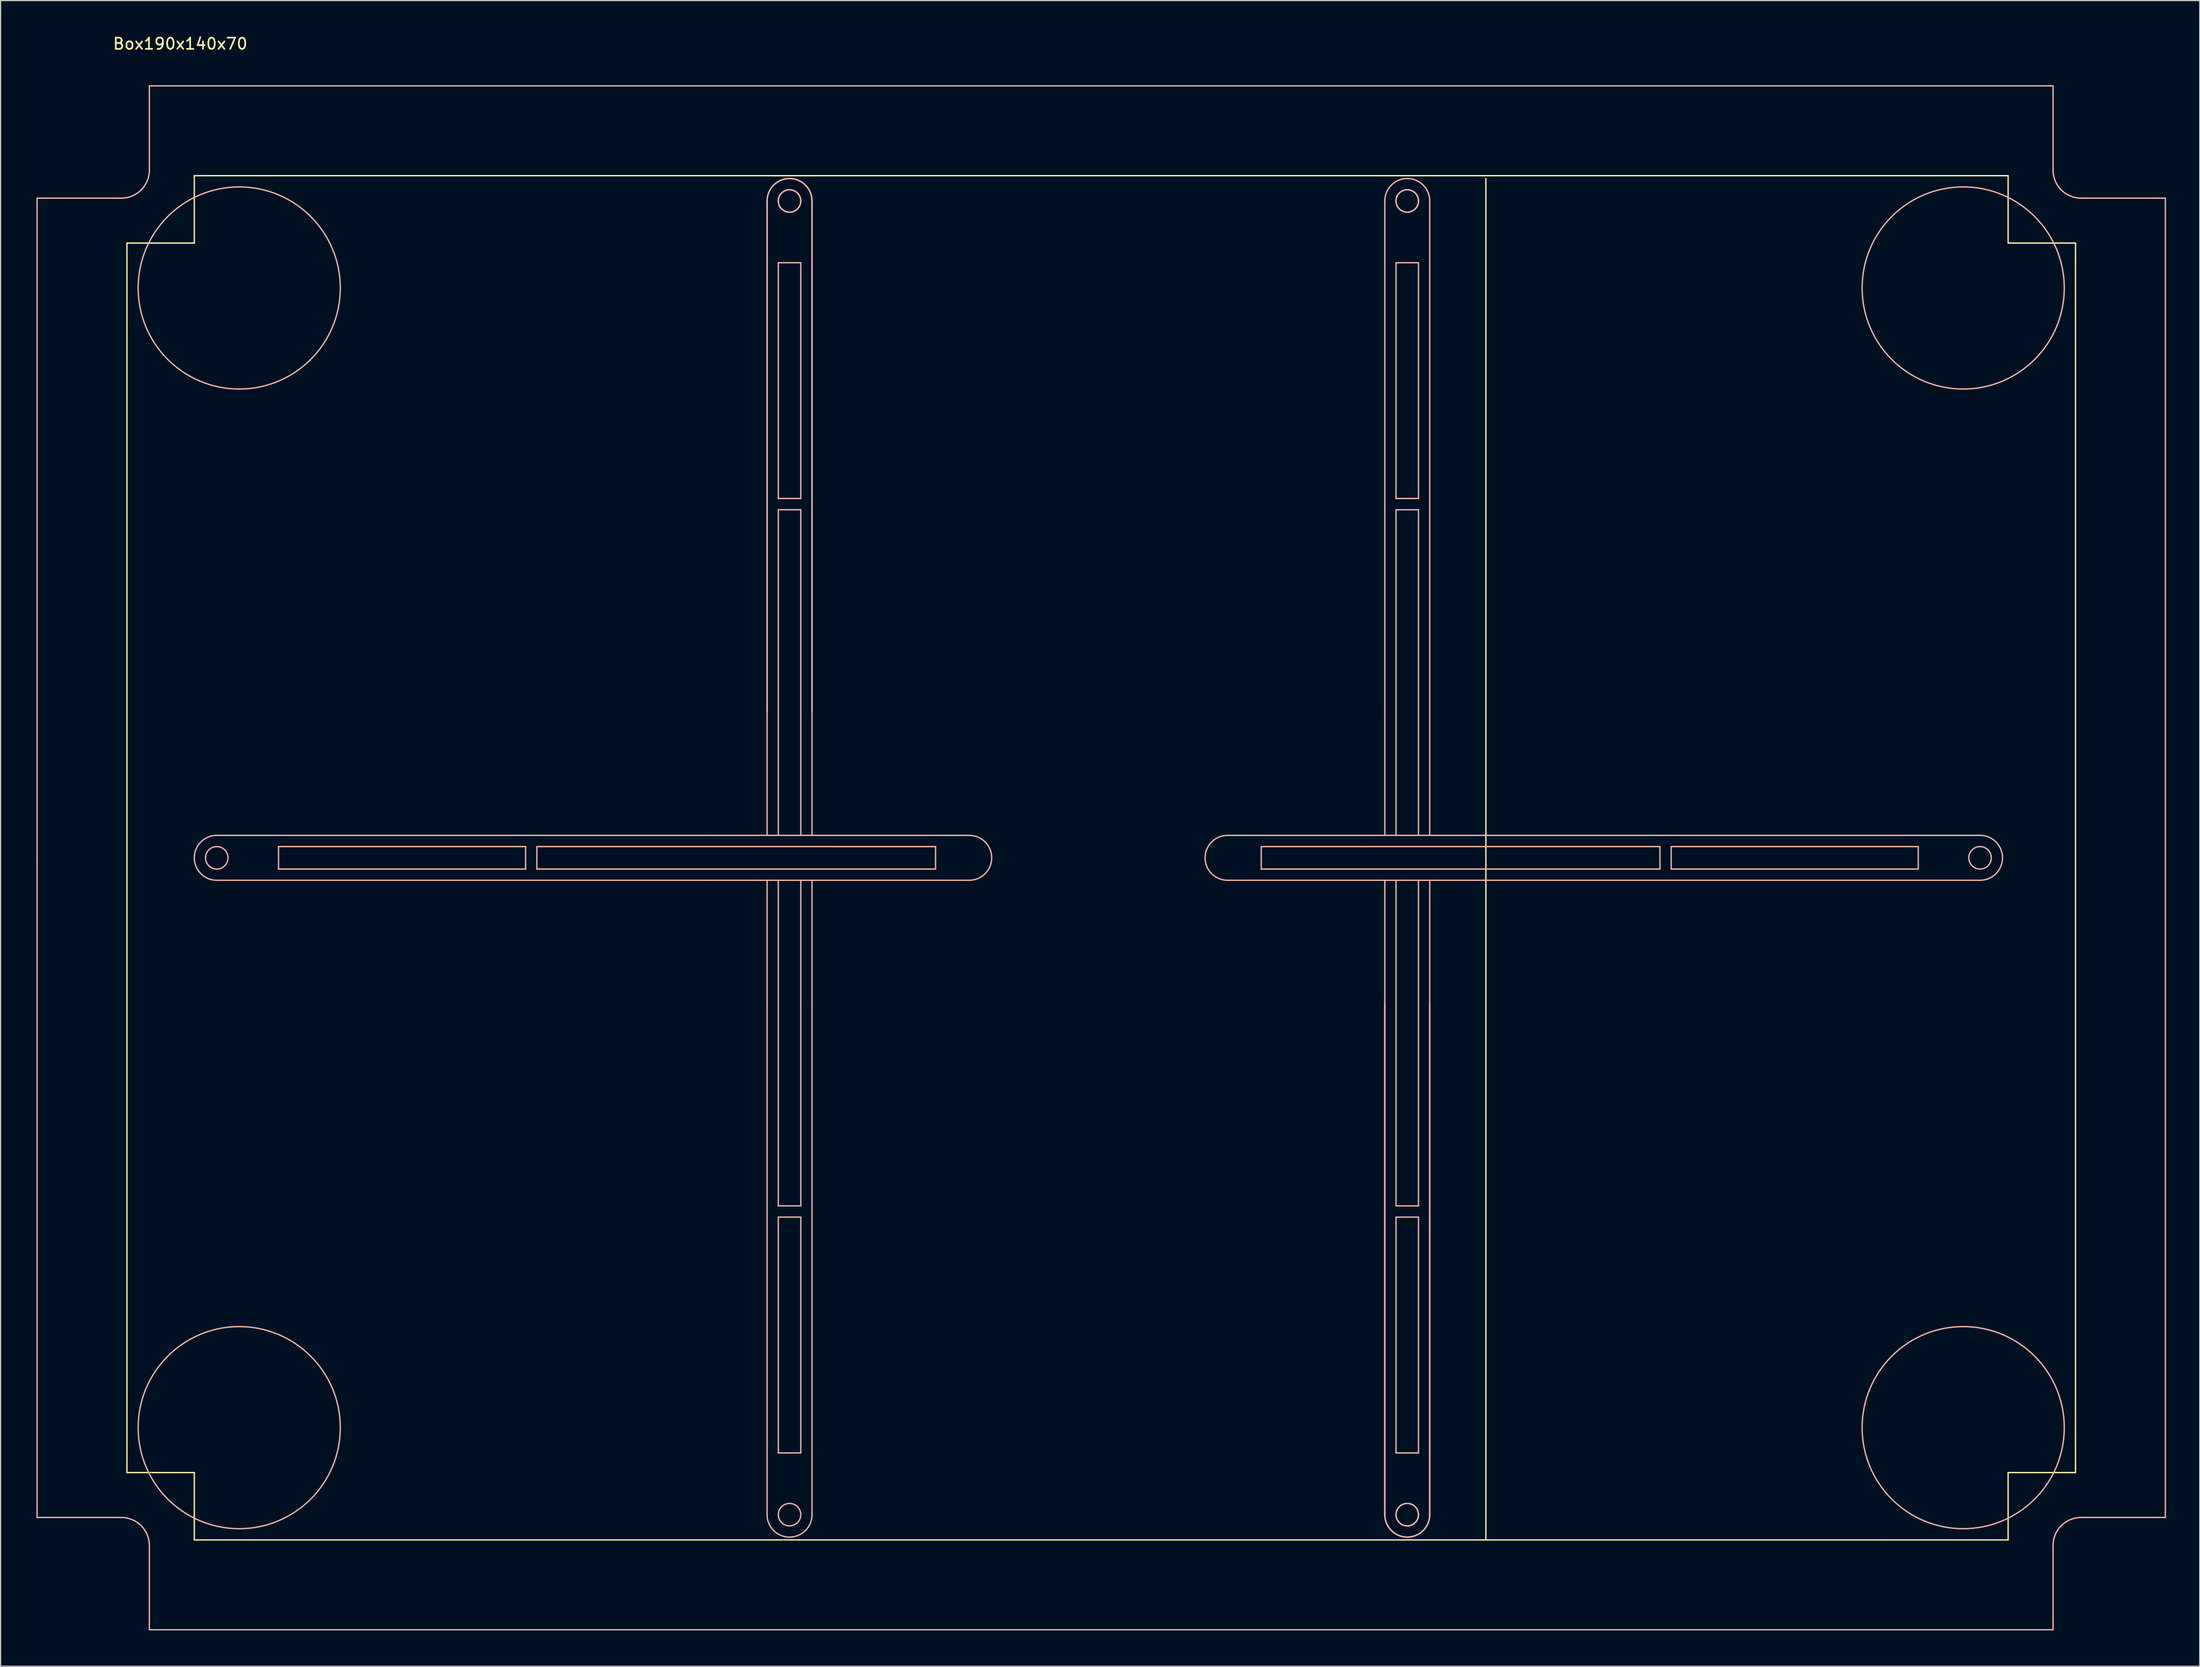
<source format=kicad_pcb>
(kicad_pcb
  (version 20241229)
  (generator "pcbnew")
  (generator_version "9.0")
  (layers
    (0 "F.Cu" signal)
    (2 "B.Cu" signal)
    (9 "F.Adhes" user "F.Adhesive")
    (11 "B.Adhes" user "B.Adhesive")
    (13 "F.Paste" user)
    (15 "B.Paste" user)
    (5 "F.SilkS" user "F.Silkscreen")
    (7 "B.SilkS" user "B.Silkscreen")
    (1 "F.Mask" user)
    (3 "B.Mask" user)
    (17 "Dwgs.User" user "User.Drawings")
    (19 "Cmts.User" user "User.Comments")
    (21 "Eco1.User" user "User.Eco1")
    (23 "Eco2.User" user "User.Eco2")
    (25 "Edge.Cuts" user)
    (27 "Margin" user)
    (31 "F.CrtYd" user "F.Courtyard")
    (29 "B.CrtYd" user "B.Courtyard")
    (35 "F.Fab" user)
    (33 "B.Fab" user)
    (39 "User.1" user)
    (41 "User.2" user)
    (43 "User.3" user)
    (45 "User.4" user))
  (footprint "Box190x140x70"
    (layer "F.Cu")
    (at 0.25 142.098)
    (property "Reference" "Box190x140x70" (at 12.75 -141.25 0) (layer "F.SilkS") (effects (font (size 1 1) (thickness 0.15))))
    (attr through_hole)
    (fp_line (start 8 -123.5) (end 8 -14) (stroke (width 0.12) (type solid)) (layer "F.SilkS"))
    (fp_line (start 8 -14) (end 14 -14) (stroke (width 0.12) (type solid)) (layer "F.SilkS"))
    (fp_line (start 14 -129.5) (end 14 -123.5) (stroke (width 0.12) (type solid)) (layer "F.SilkS"))
    (fp_line (start 14 -123.5) (end 8 -123.5) (stroke (width 0.12) (type solid)) (layer "F.SilkS"))
    (fp_line (start 14 -14) (end 14 -8) (stroke (width 0.12) (type solid)) (layer "F.SilkS"))
    (fp_line (start 14 -8) (end 19.25 -8) (stroke (width 0.12) (type solid)) (layer "F.SilkS"))
    (fp_line (start 19.25 -8) (end 164.25 -8) (stroke (width 0.12) (type solid)) (layer "F.SilkS"))
    (fp_line (start 24.5 -129.5) (end 14 -129.5) (stroke (width 0.12) (type solid)) (layer "F.SilkS"))
    (fp_line (start 129 -129.25) (end 129 -8) (stroke (width 0.12) (type solid)) (layer "F.SilkS"))
    (fp_line (start 164.25 -8) (end 175.5 -8) (stroke (width 0.12) (type solid)) (layer "F.SilkS"))
    (fp_line (start 175.5 -129.5) (end 24.5 -129.5) (stroke (width 0.12) (type solid)) (layer "F.SilkS"))
    (fp_line (start 175.5 -123.5) (end 175.5 -129.5) (stroke (width 0.12) (type solid)) (layer "F.SilkS"))
    (fp_line (start 175.5 -14) (end 181.5 -14) (stroke (width 0.12) (type solid)) (layer "F.SilkS"))
    (fp_line (start 175.5 -8) (end 175.5 -14) (stroke (width 0.12) (type solid)) (layer "F.SilkS"))
    (fp_line (start 181.5 -123.5) (end 175.5 -123.5) (stroke (width 0.12) (type solid)) (layer "F.SilkS"))
    (fp_line (start 181.5 -122) (end 181.5 -123.5) (stroke (width 0.12) (type solid)) (layer "F.SilkS"))
    (fp_line (start 181.5 -14) (end 181.5 -122) (stroke (width 0.12) (type solid)) (layer "F.SilkS"))
    (fp_line (start 0 -127.5) (end 0 -127) (stroke (width 0.12) (type solid)) (layer "B.SilkS"))
    (fp_line (start 0 -68.75) (end 0 -127) (stroke (width 0.12) (type solid)) (layer "B.SilkS"))
    (fp_line (start 0 -68.75) (end 0 -10.5) (stroke (width 0.12) (type solid)) (layer "B.SilkS"))
    (fp_line (start 0 -10) (end 0 -10.5) (stroke (width 0.12) (type solid)) (layer "B.SilkS"))
    (fp_line (start 0.5 -127.5) (end 0 -127.5) (stroke (width 0.12) (type solid)) (layer "B.SilkS"))
    (fp_line (start 0.5 -127.5) (end 7.5 -127.5) (stroke (width 0.12) (type solid)) (layer "B.SilkS"))
    (fp_line (start 0.5 -10) (end 0 -10) (stroke (width 0.12) (type solid)) (layer "B.SilkS"))
    (fp_line (start 0.5 -10) (end 7.5 -10) (stroke (width 0.12) (type solid)) (layer "B.SilkS"))
    (fp_line (start 10 -137) (end 10 -137.5) (stroke (width 0.12) (type solid)) (layer "B.SilkS"))
    (fp_line (start 10 -137) (end 10 -130) (stroke (width 0.12) (type solid)) (layer "B.SilkS"))
    (fp_line (start 10 -0.5) (end 10 -7.5) (stroke (width 0.12) (type solid)) (layer "B.SilkS"))
    (fp_line (start 10 -0.5) (end 10 0) (stroke (width 0.12) (type solid)) (layer "B.SilkS"))
    (fp_line (start 10 0) (end 179.5 0) (stroke (width 0.12) (type solid)) (layer "B.SilkS"))
    (fp_line (start 21.5 -69.75) (end 21.5 -67.75) (stroke (width 0.12) (type solid)) (layer "B.SilkS"))
    (fp_line (start 21.5 -67.75) (end 43.5 -67.75) (stroke (width 0.12) (type solid)) (layer "B.SilkS"))
    (fp_line (start 43.5 -69.75) (end 21.5 -69.75) (stroke (width 0.12) (type solid)) (layer "B.SilkS"))
    (fp_line (start 43.5 -69.75) (end 43.5 -67.75) (stroke (width 0.12) (type solid)) (layer "B.SilkS"))
    (fp_line (start 44.5 -69.75) (end 44.5 -67.75) (stroke (width 0.12) (type solid)) (layer "B.SilkS"))
    (fp_line (start 44.5 -67.75) (end 71 -67.75) (stroke (width 0.12) (type solid)) (layer "B.SilkS"))
    (fp_line (start 59.5 -70.75) (end 16 -70.75) (stroke (width 0.12) (type solid)) (layer "B.SilkS"))
    (fp_line (start 59.5 -70.75) (end 83 -70.75) (stroke (width 0.12) (type solid)) (layer "B.SilkS"))
    (fp_line (start 59.5 -66.75) (end 16 -66.75) (stroke (width 0.12) (type solid)) (layer "B.SilkS"))
    (fp_line (start 65 -127.25) (end 65 -81.75) (stroke (width 0.12) (type solid)) (layer "B.SilkS"))
    (fp_line (start 65 -127.25) (end 65 -81.75) (stroke (width 0.12) (type solid)) (layer "B.SilkS"))
    (fp_line (start 65 -81.75) (end 65 -70.75) (stroke (width 0.12) (type solid)) (layer "B.SilkS"))
    (fp_line (start 65 -55.75) (end 65 -66.75) (stroke (width 0.12) (type solid)) (layer "B.SilkS"))
    (fp_line (start 65 -10.25) (end 65 -55.75) (stroke (width 0.12) (type solid)) (layer "B.SilkS"))
    (fp_line (start 66 -121.75) (end 66 -100.75) (stroke (width 0.12) (type solid)) (layer "B.SilkS"))
    (fp_line (start 66 -121.75) (end 68 -121.75) (stroke (width 0.12) (type solid)) (layer "B.SilkS"))
    (fp_line (start 66 -99.75) (end 68 -99.75) (stroke (width 0.12) (type solid)) (layer "B.SilkS"))
    (fp_line (start 66 -70.75) (end 66 -99.75) (stroke (width 0.12) (type solid)) (layer "B.SilkS"))
    (fp_line (start 66 -37.75) (end 66 -66.75) (stroke (width 0.12) (type solid)) (layer "B.SilkS"))
    (fp_line (start 66 -36.75) (end 68 -36.75) (stroke (width 0.12) (type solid)) (layer "B.SilkS"))
    (fp_line (start 66 -15.75) (end 66 -36.75) (stroke (width 0.12) (type solid)) (layer "B.SilkS"))
    (fp_line (start 68 -121.75) (end 68 -100.75) (stroke (width 0.12) (type solid)) (layer "B.SilkS"))
    (fp_line (start 68 -100.75) (end 66 -100.75) (stroke (width 0.12) (type solid)) (layer "B.SilkS"))
    (fp_line (start 68 -99.75) (end 68 -70.75) (stroke (width 0.12) (type solid)) (layer "B.SilkS"))
    (fp_line (start 68 -66.75) (end 68 -37.75) (stroke (width 0.12) (type solid)) (layer "B.SilkS"))
    (fp_line (start 68 -37.75) (end 66 -37.75) (stroke (width 0.12) (type solid)) (layer "B.SilkS"))
    (fp_line (start 68 -15.75) (end 66 -15.75) (stroke (width 0.12) (type solid)) (layer "B.SilkS"))
    (fp_line (start 68 -15.75) (end 68 -36.75) (stroke (width 0.12) (type solid)) (layer "B.SilkS"))
    (fp_line (start 69 -127.25) (end 69 -81.75) (stroke (width 0.12) (type solid)) (layer "B.SilkS"))
    (fp_line (start 69 -127.25) (end 69 -81.75) (stroke (width 0.12) (type solid)) (layer "B.SilkS"))
    (fp_line (start 69 -81.75) (end 69 -70.75) (stroke (width 0.12) (type solid)) (layer "B.SilkS"))
    (fp_line (start 69 -55.75) (end 69 -66.75) (stroke (width 0.12) (type solid)) (layer "B.SilkS"))
    (fp_line (start 69 -10.25) (end 69 -55.75) (stroke (width 0.12) (type solid)) (layer "B.SilkS"))
    (fp_line (start 80 -69.75) (end 44.5 -69.75) (stroke (width 0.12) (type solid)) (layer "B.SilkS"))
    (fp_line (start 80 -69.75) (end 71 -69.75) (stroke (width 0.12) (type solid)) (layer "B.SilkS"))
    (fp_line (start 80 -68.75) (end 80 -69.75) (stroke (width 0.12) (type solid)) (layer "B.SilkS"))
    (fp_line (start 80 -68.75) (end 80 -67.75) (stroke (width 0.12) (type solid)) (layer "B.SilkS"))
    (fp_line (start 80 -67.75) (end 71 -67.75) (stroke (width 0.12) (type solid)) (layer "B.SilkS"))
    (fp_line (start 83 -66.75) (end 59.5 -66.75) (stroke (width 0.12) (type solid)) (layer "B.SilkS"))
    (fp_line (start 106 -70.75) (end 129.5 -70.75) (stroke (width 0.12) (type solid)) (layer "B.SilkS"))
    (fp_line (start 109 -69.75) (end 118 -69.75) (stroke (width 0.12) (type solid)) (layer "B.SilkS"))
    (fp_line (start 109 -68.75) (end 109 -69.75) (stroke (width 0.12) (type solid)) (layer "B.SilkS"))
    (fp_line (start 109 -68.75) (end 109 -67.75) (stroke (width 0.12) (type solid)) (layer "B.SilkS"))
    (fp_line (start 109 -67.75) (end 118 -67.75) (stroke (width 0.12) (type solid)) (layer "B.SilkS"))
    (fp_line (start 109 -67.75) (end 144.5 -67.75) (stroke (width 0.12) (type solid)) (layer "B.SilkS"))
    (fp_line (start 120 -127.25) (end 120 -81.75) (stroke (width 0.12) (type solid)) (layer "B.SilkS"))
    (fp_line (start 120 -81.75) (end 120 -70.75) (stroke (width 0.12) (type solid)) (layer "B.SilkS"))
    (fp_line (start 120 -55.75) (end 120 -66.75) (stroke (width 0.12) (type solid)) (layer "B.SilkS"))
    (fp_line (start 120 -10.25) (end 120 -55.75) (stroke (width 0.12) (type solid)) (layer "B.SilkS"))
    (fp_line (start 120 -10.25) (end 120 -55.75) (stroke (width 0.12) (type solid)) (layer "B.SilkS"))
    (fp_line (start 121 -121.75) (end 121 -100.75) (stroke (width 0.12) (type solid)) (layer "B.SilkS"))
    (fp_line (start 121 -121.75) (end 123 -121.75) (stroke (width 0.12) (type solid)) (layer "B.SilkS"))
    (fp_line (start 121 -99.75) (end 123 -99.75) (stroke (width 0.12) (type solid)) (layer "B.SilkS"))
    (fp_line (start 121 -70.75) (end 121 -99.75) (stroke (width 0.12) (type solid)) (layer "B.SilkS"))
    (fp_line (start 121 -37.75) (end 121 -66.75) (stroke (width 0.12) (type solid)) (layer "B.SilkS"))
    (fp_line (start 121 -36.75) (end 123 -36.75) (stroke (width 0.12) (type solid)) (layer "B.SilkS"))
    (fp_line (start 121 -15.75) (end 121 -36.75) (stroke (width 0.12) (type solid)) (layer "B.SilkS"))
    (fp_line (start 123 -121.75) (end 123 -100.75) (stroke (width 0.12) (type solid)) (layer "B.SilkS"))
    (fp_line (start 123 -100.75) (end 121 -100.75) (stroke (width 0.12) (type solid)) (layer "B.SilkS"))
    (fp_line (start 123 -99.75) (end 123 -70.75) (stroke (width 0.12) (type solid)) (layer "B.SilkS"))
    (fp_line (start 123 -66.75) (end 123 -37.75) (stroke (width 0.12) (type solid)) (layer "B.SilkS"))
    (fp_line (start 123 -37.75) (end 121 -37.75) (stroke (width 0.12) (type solid)) (layer "B.SilkS"))
    (fp_line (start 123 -15.75) (end 121 -15.75) (stroke (width 0.12) (type solid)) (layer "B.SilkS"))
    (fp_line (start 123 -15.75) (end 123 -36.75) (stroke (width 0.12) (type solid)) (layer "B.SilkS"))
    (fp_line (start 124 -127.25) (end 124 -81.75) (stroke (width 0.12) (type solid)) (layer "B.SilkS"))
    (fp_line (start 124 -81.75) (end 124 -70.75) (stroke (width 0.12) (type solid)) (layer "B.SilkS"))
    (fp_line (start 124 -55.75) (end 124 -66.75) (stroke (width 0.12) (type solid)) (layer "B.SilkS"))
    (fp_line (start 124 -10.25) (end 124 -55.75) (stroke (width 0.12) (type solid)) (layer "B.SilkS"))
    (fp_line (start 124 -10.25) (end 124 -55.75) (stroke (width 0.12) (type solid)) (layer "B.SilkS"))
    (fp_line (start 129.5 -70.75) (end 173 -70.75) (stroke (width 0.12) (type solid)) (layer "B.SilkS"))
    (fp_line (start 129.5 -66.75) (end 106 -66.75) (stroke (width 0.12) (type solid)) (layer "B.SilkS"))
    (fp_line (start 129.5 -66.75) (end 173 -66.75) (stroke (width 0.12) (type solid)) (layer "B.SilkS"))
    (fp_line (start 144.5 -69.75) (end 118 -69.75) (stroke (width 0.12) (type solid)) (layer "B.SilkS"))
    (fp_line (start 144.5 -67.75) (end 144.5 -69.75) (stroke (width 0.12) (type solid)) (layer "B.SilkS"))
    (fp_line (start 145.5 -67.75) (end 145.5 -69.75) (stroke (width 0.12) (type solid)) (layer "B.SilkS"))
    (fp_line (start 145.5 -67.75) (end 167.5 -67.75) (stroke (width 0.12) (type solid)) (layer "B.SilkS"))
    (fp_line (start 167.5 -69.75) (end 145.5 -69.75) (stroke (width 0.12) (type solid)) (layer "B.SilkS"))
    (fp_line (start 167.5 -67.75) (end 167.5 -69.75) (stroke (width 0.12) (type solid)) (layer "B.SilkS"))
    (fp_line (start 179.5 -137.5) (end 10 -137.5) (stroke (width 0.12) (type solid)) (layer "B.SilkS"))
    (fp_line (start 179.5 -137) (end 179.5 -137.5) (stroke (width 0.12) (type solid)) (layer "B.SilkS"))
    (fp_line (start 179.5 -137) (end 179.5 -130) (stroke (width 0.12) (type solid)) (layer "B.SilkS"))
    (fp_line (start 179.5 -0.5) (end 179.5 -7.5) (stroke (width 0.12) (type solid)) (layer "B.SilkS"))
    (fp_line (start 179.5 -0.5) (end 179.5 0) (stroke (width 0.12) (type solid)) (layer "B.SilkS"))
    (fp_line (start 189 -127.5) (end 182 -127.5) (stroke (width 0.12) (type solid)) (layer "B.SilkS"))
    (fp_line (start 189 -127.5) (end 189.5 -127.5) (stroke (width 0.12) (type solid)) (layer "B.SilkS"))
    (fp_line (start 189 -10) (end 182 -10) (stroke (width 0.12) (type solid)) (layer "B.SilkS"))
    (fp_line (start 189 -10) (end 189.5 -10) (stroke (width 0.12) (type solid)) (layer "B.SilkS"))
    (fp_line (start 189.5 -127.5) (end 189.5 -10) (stroke (width 0.12) (type solid)) (layer "B.SilkS"))
    (fp_arc (start 7.5 -10) (mid 9.267767 -9.267767) (end 10 -7.5) (stroke (width 0.12) (type solid)) (layer "B.SilkS"))
    (fp_arc (start 10 -130) (mid 9.267767 -128.232233) (end 7.5 -127.5) (stroke (width 0.12) (type solid)) (layer "B.SilkS"))
    (fp_arc (start 16 -66.75) (mid 14 -68.75) (end 16 -70.75) (stroke (width 0.12) (type solid)) (layer "B.SilkS"))
    (fp_arc (start 65 -127.25) (mid 67 -129.25) (end 69 -127.25) (stroke (width 0.12) (type solid)) (layer "B.SilkS"))
    (fp_arc (start 65 -127.25) (mid 67 -129.25) (end 69 -127.25) (stroke (width 0.12) (type solid)) (layer "B.SilkS"))
    (fp_arc (start 69 -10.25) (mid 67 -8.25) (end 65 -10.25) (stroke (width 0.12) (type solid)) (layer "B.SilkS"))
    (fp_arc (start 83 -70.75) (mid 85 -68.75) (end 83 -66.75) (stroke (width 0.12) (type solid)) (layer "B.SilkS"))
    (fp_arc (start 106 -66.75) (mid 104 -68.75) (end 106 -70.75) (stroke (width 0.12) (type solid)) (layer "B.SilkS"))
    (fp_arc (start 120 -127.25) (mid 122 -129.25) (end 124 -127.25) (stroke (width 0.12) (type solid)) (layer "B.SilkS"))
    (fp_arc (start 124 -10.25) (mid 122 -8.25) (end 120 -10.25) (stroke (width 0.12) (type solid)) (layer "B.SilkS"))
    (fp_arc (start 124 -10.25) (mid 122 -8.25) (end 120 -10.25) (stroke (width 0.12) (type solid)) (layer "B.SilkS"))
    (fp_arc (start 173 -70.75) (mid 175 -68.75) (end 173 -66.75) (stroke (width 0.12) (type solid)) (layer "B.SilkS"))
    (fp_arc (start 179.5 -7.5) (mid 180.232233 -9.267767) (end 182 -10) (stroke (width 0.12) (type solid)) (layer "B.SilkS"))
    (fp_arc (start 182 -127.5) (mid 180.232233 -128.232233) (end 179.5 -130) (stroke (width 0.12) (type solid)) (layer "B.SilkS"))
    (fp_circle (center 16 -68.75) (end 16 -67.75) (stroke (width 0.12) (type solid)) (fill no) (layer "B.SilkS"))
    (fp_circle (center 18 -119.5) (end 18 -128.5) (stroke (width 0.12) (type solid)) (fill no) (layer "B.SilkS"))
    (fp_circle (center 18 -18) (end 9 -18) (stroke (width 0.12) (type solid)) (fill no) (layer "B.SilkS"))
    (fp_circle (center 67 -127.25) (end 66 -127.25) (stroke (width 0.12) (type solid)) (fill no) (layer "B.SilkS"))
    (fp_circle (center 67 -127.25) (end 66 -127.25) (stroke (width 0.12) (type solid)) (fill no) (layer "B.SilkS"))
    (fp_circle (center 67 -10.25) (end 68 -10.25) (stroke (width 0.12) (type solid)) (fill no) (layer "B.SilkS"))
    (fp_circle (center 122 -127.25) (end 121 -127.25) (stroke (width 0.12) (type solid)) (fill no) (layer "B.SilkS"))
    (fp_circle (center 122 -127.25) (end 121 -127.25) (stroke (width 0.12) (type solid)) (fill no) (layer "B.SilkS"))
    (fp_circle (center 122 -10.25) (end 123 -10.25) (stroke (width 0.12) (type solid)) (fill no) (layer "B.SilkS"))
    (fp_circle (center 122 -10.25) (end 123 -10.25) (stroke (width 0.12) (type solid)) (fill no) (layer "B.SilkS"))
    (fp_circle (center 171.5 -119.5) (end 180.5 -119.5) (stroke (width 0.12) (type solid)) (fill no) (layer "B.SilkS"))
    (fp_circle (center 171.5 -18) (end 171.5 -9) (stroke (width 0.12) (type solid)) (fill no) (layer "B.SilkS"))
    (fp_circle (center 173 -68.75) (end 173 -69.75) (stroke (width 0.12) (type solid)) (fill no) (layer "B.SilkS")))
  (gr_rect
    (start -3 -3)
    (end 192.81 145.348)
    (stroke (width 0.1) (type default))
    (fill no)
    (layer "Edge.Cuts")))
</source>
